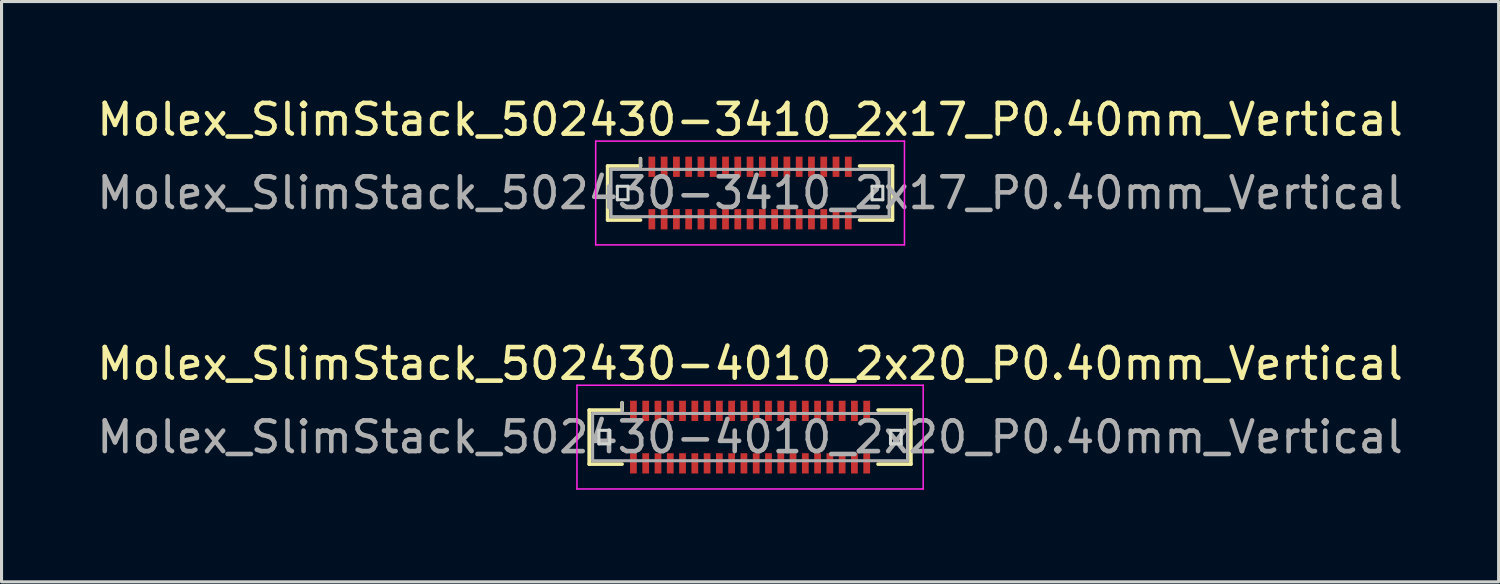
<source format=kicad_pcb>
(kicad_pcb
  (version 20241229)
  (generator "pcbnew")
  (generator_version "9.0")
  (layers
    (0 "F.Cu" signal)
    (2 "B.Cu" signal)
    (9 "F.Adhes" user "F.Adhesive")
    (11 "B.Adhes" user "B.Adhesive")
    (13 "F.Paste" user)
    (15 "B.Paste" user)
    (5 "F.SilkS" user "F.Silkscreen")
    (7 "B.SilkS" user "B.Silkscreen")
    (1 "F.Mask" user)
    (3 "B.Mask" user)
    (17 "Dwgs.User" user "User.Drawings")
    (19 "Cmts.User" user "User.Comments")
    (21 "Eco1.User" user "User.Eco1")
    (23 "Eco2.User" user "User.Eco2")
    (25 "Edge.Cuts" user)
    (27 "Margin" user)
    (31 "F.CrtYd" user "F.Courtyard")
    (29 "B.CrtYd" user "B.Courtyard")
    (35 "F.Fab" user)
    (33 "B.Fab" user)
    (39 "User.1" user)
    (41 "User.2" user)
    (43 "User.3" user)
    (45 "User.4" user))
  (footprint "Molex_SlimStack_502430-4010_2x20_P0.40mm_Vertical"
    (layer "F.Cu")
    (at 21.387 11.191)
    (property "Reference" "Molex_SlimStack_502430-4010_2x20_P0.40mm_Vertical" (at 0 -2.39 0) (layer "F.SilkS") (effects (font (size 1 1) (thickness 0.15))))
    (attr smd)
    (fp_line (start -5.24 -0.88) (end -4.17 -0.88) (stroke (width 0.12) (type solid)) (layer "F.SilkS"))
    (fp_line (start -5.24 0.88) (end -5.24 -0.88) (stroke (width 0.12) (type solid)) (layer "F.SilkS"))
    (fp_line (start -4.17 -0.88) (end -4.17 -1.12) (stroke (width 0.12) (type solid)) (layer "F.SilkS"))
    (fp_line (start -4.17 0.88) (end -5.24 0.88) (stroke (width 0.12) (type solid)) (layer "F.SilkS"))
    (fp_line (start 4.17 0.88) (end 5.24 0.88) (stroke (width 0.12) (type solid)) (layer "F.SilkS"))
    (fp_line (start 5.24 -0.88) (end 4.17 -0.88) (stroke (width 0.12) (type solid)) (layer "F.SilkS"))
    (fp_line (start 5.24 0.88) (end 5.24 -0.88) (stroke (width 0.12) (type solid)) (layer "F.SilkS"))
    (fp_line (start -4.925 -0.22) (end -4.925 0.22) (stroke (width 0.1) (type solid)) (layer "Edge.Cuts"))
    (fp_line (start -4.925 0.22) (end -4.575 0.22) (stroke (width 0.1) (type solid)) (layer "Edge.Cuts"))
    (fp_line (start -4.575 -0.22) (end -4.925 -0.22) (stroke (width 0.1) (type solid)) (layer "Edge.Cuts"))
    (fp_line (start -4.575 0.22) (end -4.575 -0.22) (stroke (width 0.1) (type solid)) (layer "Edge.Cuts"))
    (fp_line (start 4.575 -0.22) (end 4.575 0.22) (stroke (width 0.1) (type solid)) (layer "Edge.Cuts"))
    (fp_line (start 4.575 0.22) (end 4.925 0.22) (stroke (width 0.1) (type solid)) (layer "Edge.Cuts"))
    (fp_line (start 4.925 -0.22) (end 4.575 -0.22) (stroke (width 0.1) (type solid)) (layer "Edge.Cuts"))
    (fp_line (start 4.925 0.22) (end 4.925 -0.22) (stroke (width 0.1) (type solid)) (layer "Edge.Cuts"))
    (fp_line (start -5.64 -1.69) (end -5.64 1.69) (stroke (width 0.05) (type solid)) (layer "F.CrtYd"))
    (fp_line (start -5.64 1.69) (end 5.64 1.69) (stroke (width 0.05) (type solid)) (layer "F.CrtYd"))
    (fp_line (start 5.64 -1.69) (end -5.64 -1.69) (stroke (width 0.05) (type solid)) (layer "F.CrtYd"))
    (fp_line (start 5.64 1.69) (end 5.64 -1.69) (stroke (width 0.05) (type solid)) (layer "F.CrtYd"))
    (fp_line (start -5.13 -0.77) (end -5.13 0.77) (stroke (width 0.1) (type solid)) (layer "F.Fab"))
    (fp_line (start -5.13 0.77) (end 5.13 0.77) (stroke (width 0.1) (type solid)) (layer "F.Fab"))
    (fp_line (start -4.17 -0.77) (end -4.17 -1.12) (stroke (width 0.1) (type solid)) (layer "F.Fab"))
    (fp_line (start 5.13 -0.77) (end -5.13 -0.77) (stroke (width 0.1) (type solid)) (layer "F.Fab"))
    (fp_line (start 5.13 0.77) (end 5.13 -0.77) (stroke (width 0.1) (type solid)) (layer "F.Fab"))
    (fp_text user "${REFERENCE}" (at 0 0 0) (layer "F.Fab") (effects (font (size 1 1) (thickness 0.15))))
    (pad "1" smd rect (at -3.8 -0.855) (size 0.22 0.66) (layers "F.Cu" "F.Mask" "F.Paste"))
    (pad "2" smd rect (at -3.8 0.855) (size 0.22 0.66) (layers "F.Cu" "F.Mask" "F.Paste"))
    (pad "3" smd rect (at -3.4 -0.855) (size 0.22 0.66) (layers "F.Cu" "F.Mask" "F.Paste"))
    (pad "4" smd rect (at -3.4 0.855) (size 0.22 0.66) (layers "F.Cu" "F.Mask" "F.Paste"))
    (pad "5" smd rect (at -3 -0.855) (size 0.22 0.66) (layers "F.Cu" "F.Mask" "F.Paste"))
    (pad "6" smd rect (at -3 0.855) (size 0.22 0.66) (layers "F.Cu" "F.Mask" "F.Paste"))
    (pad "7" smd rect (at -2.6 -0.855) (size 0.22 0.66) (layers "F.Cu" "F.Mask" "F.Paste"))
    (pad "8" smd rect (at -2.6 0.855) (size 0.22 0.66) (layers "F.Cu" "F.Mask" "F.Paste"))
    (pad "9" smd rect (at -2.2 -0.855) (size 0.22 0.66) (layers "F.Cu" "F.Mask" "F.Paste"))
    (pad "10" smd rect (at -2.2 0.855) (size 0.22 0.66) (layers "F.Cu" "F.Mask" "F.Paste"))
    (pad "11" smd rect (at -1.8 -0.855) (size 0.22 0.66) (layers "F.Cu" "F.Mask" "F.Paste"))
    (pad "12" smd rect (at -1.8 0.855) (size 0.22 0.66) (layers "F.Cu" "F.Mask" "F.Paste"))
    (pad "13" smd rect (at -1.4 -0.855) (size 0.22 0.66) (layers "F.Cu" "F.Mask" "F.Paste"))
    (pad "14" smd rect (at -1.4 0.855) (size 0.22 0.66) (layers "F.Cu" "F.Mask" "F.Paste"))
    (pad "15" smd rect (at -1 -0.855) (size 0.22 0.66) (layers "F.Cu" "F.Mask" "F.Paste"))
    (pad "16" smd rect (at -1 0.855) (size 0.22 0.66) (layers "F.Cu" "F.Mask" "F.Paste"))
    (pad "17" smd rect (at -0.6 -0.855) (size 0.22 0.66) (layers "F.Cu" "F.Mask" "F.Paste"))
    (pad "18" smd rect (at -0.6 0.855) (size 0.22 0.66) (layers "F.Cu" "F.Mask" "F.Paste"))
    (pad "19" smd rect (at -0.2 -0.855) (size 0.22 0.66) (layers "F.Cu" "F.Mask" "F.Paste"))
    (pad "20" smd rect (at -0.2 0.855) (size 0.22 0.66) (layers "F.Cu" "F.Mask" "F.Paste"))
    (pad "21" smd rect (at 0.2 -0.855) (size 0.22 0.66) (layers "F.Cu" "F.Mask" "F.Paste"))
    (pad "22" smd rect (at 0.2 0.855) (size 0.22 0.66) (layers "F.Cu" "F.Mask" "F.Paste"))
    (pad "23" smd rect (at 0.6 -0.855) (size 0.22 0.66) (layers "F.Cu" "F.Mask" "F.Paste"))
    (pad "24" smd rect (at 0.6 0.855) (size 0.22 0.66) (layers "F.Cu" "F.Mask" "F.Paste"))
    (pad "25" smd rect (at 1 -0.855) (size 0.22 0.66) (layers "F.Cu" "F.Mask" "F.Paste"))
    (pad "26" smd rect (at 1 0.855) (size 0.22 0.66) (layers "F.Cu" "F.Mask" "F.Paste"))
    (pad "27" smd rect (at 1.4 -0.855) (size 0.22 0.66) (layers "F.Cu" "F.Mask" "F.Paste"))
    (pad "28" smd rect (at 1.4 0.855) (size 0.22 0.66) (layers "F.Cu" "F.Mask" "F.Paste"))
    (pad "29" smd rect (at 1.8 -0.855) (size 0.22 0.66) (layers "F.Cu" "F.Mask" "F.Paste"))
    (pad "30" smd rect (at 1.8 0.855) (size 0.22 0.66) (layers "F.Cu" "F.Mask" "F.Paste"))
    (pad "31" smd rect (at 2.2 -0.855) (size 0.22 0.66) (layers "F.Cu" "F.Mask" "F.Paste"))
    (pad "32" smd rect (at 2.2 0.855) (size 0.22 0.66) (layers "F.Cu" "F.Mask" "F.Paste"))
    (pad "33" smd rect (at 2.6 -0.855) (size 0.22 0.66) (layers "F.Cu" "F.Mask" "F.Paste"))
    (pad "34" smd rect (at 2.6 0.855) (size 0.22 0.66) (layers "F.Cu" "F.Mask" "F.Paste"))
    (pad "35" smd rect (at 3 -0.855) (size 0.22 0.66) (layers "F.Cu" "F.Mask" "F.Paste"))
    (pad "36" smd rect (at 3 0.855) (size 0.22 0.66) (layers "F.Cu" "F.Mask" "F.Paste"))
    (pad "37" smd rect (at 3.4 -0.855) (size 0.22 0.66) (layers "F.Cu" "F.Mask" "F.Paste"))
    (pad "38" smd rect (at 3.4 0.855) (size 0.22 0.66) (layers "F.Cu" "F.Mask" "F.Paste"))
    (pad "39" smd rect (at 3.8 -0.855) (size 0.22 0.66) (layers "F.Cu" "F.Mask" "F.Paste"))
    (pad "40" smd rect (at 3.8 0.855) (size 0.22 0.66) (layers "F.Cu" "F.Mask" "F.Paste")))
  (footprint "Molex_SlimStack_502430-3410_2x17_P0.40mm_Vertical"
    (layer "F.Cu")
    (at 21.387 3.238)
    (property "Reference" "Molex_SlimStack_502430-3410_2x17_P0.40mm_Vertical" (at 0 -2.39 0) (layer "F.SilkS") (effects (font (size 1 1) (thickness 0.15))))
    (attr smd)
    (fp_line (start -4.64 -0.88) (end -3.57 -0.88) (stroke (width 0.12) (type solid)) (layer "F.SilkS"))
    (fp_line (start -4.64 0.88) (end -4.64 -0.88) (stroke (width 0.12) (type solid)) (layer "F.SilkS"))
    (fp_line (start -3.57 -0.88) (end -3.57 -1.12) (stroke (width 0.12) (type solid)) (layer "F.SilkS"))
    (fp_line (start -3.57 0.88) (end -4.64 0.88) (stroke (width 0.12) (type solid)) (layer "F.SilkS"))
    (fp_line (start 3.57 0.88) (end 4.64 0.88) (stroke (width 0.12) (type solid)) (layer "F.SilkS"))
    (fp_line (start 4.64 -0.88) (end 3.57 -0.88) (stroke (width 0.12) (type solid)) (layer "F.SilkS"))
    (fp_line (start 4.64 0.88) (end 4.64 -0.88) (stroke (width 0.12) (type solid)) (layer "F.SilkS"))
    (fp_line (start -4.325 -0.22) (end -4.325 0.22) (stroke (width 0.1) (type solid)) (layer "Edge.Cuts"))
    (fp_line (start -4.325 0.22) (end -3.975 0.22) (stroke (width 0.1) (type solid)) (layer "Edge.Cuts"))
    (fp_line (start -3.975 -0.22) (end -4.325 -0.22) (stroke (width 0.1) (type solid)) (layer "Edge.Cuts"))
    (fp_line (start -3.975 0.22) (end -3.975 -0.22) (stroke (width 0.1) (type solid)) (layer "Edge.Cuts"))
    (fp_line (start 3.975 -0.22) (end 3.975 0.22) (stroke (width 0.1) (type solid)) (layer "Edge.Cuts"))
    (fp_line (start 3.975 0.22) (end 4.325 0.22) (stroke (width 0.1) (type solid)) (layer "Edge.Cuts"))
    (fp_line (start 4.325 -0.22) (end 3.975 -0.22) (stroke (width 0.1) (type solid)) (layer "Edge.Cuts"))
    (fp_line (start 4.325 0.22) (end 4.325 -0.22) (stroke (width 0.1) (type solid)) (layer "Edge.Cuts"))
    (fp_line (start -5.03 -1.69) (end -5.03 1.69) (stroke (width 0.05) (type solid)) (layer "F.CrtYd"))
    (fp_line (start -5.03 1.69) (end 5.03 1.69) (stroke (width 0.05) (type solid)) (layer "F.CrtYd"))
    (fp_line (start 5.03 -1.69) (end -5.03 -1.69) (stroke (width 0.05) (type solid)) (layer "F.CrtYd"))
    (fp_line (start 5.03 1.69) (end 5.03 -1.69) (stroke (width 0.05) (type solid)) (layer "F.CrtYd"))
    (fp_line (start -4.53 -0.77) (end -4.53 0.77) (stroke (width 0.1) (type solid)) (layer "F.Fab"))
    (fp_line (start -4.53 0.77) (end 4.53 0.77) (stroke (width 0.1) (type solid)) (layer "F.Fab"))
    (fp_line (start -3.57 -0.77) (end -3.57 -1.12) (stroke (width 0.1) (type solid)) (layer "F.Fab"))
    (fp_line (start 4.53 -0.77) (end -4.53 -0.77) (stroke (width 0.1) (type solid)) (layer "F.Fab"))
    (fp_line (start 4.53 0.77) (end 4.53 -0.77) (stroke (width 0.1) (type solid)) (layer "F.Fab"))
    (fp_text user "${REFERENCE}" (at 0 0 0) (layer "F.Fab") (effects (font (size 1 1) (thickness 0.15))))
    (pad "1" smd rect (at -3.2 -0.855) (size 0.22 0.66) (layers "F.Cu" "F.Mask" "F.Paste"))
    (pad "2" smd rect (at -3.2 0.855) (size 0.22 0.66) (layers "F.Cu" "F.Mask" "F.Paste"))
    (pad "3" smd rect (at -2.8 -0.855) (size 0.22 0.66) (layers "F.Cu" "F.Mask" "F.Paste"))
    (pad "4" smd rect (at -2.8 0.855) (size 0.22 0.66) (layers "F.Cu" "F.Mask" "F.Paste"))
    (pad "5" smd rect (at -2.4 -0.855) (size 0.22 0.66) (layers "F.Cu" "F.Mask" "F.Paste"))
    (pad "6" smd rect (at -2.4 0.855) (size 0.22 0.66) (layers "F.Cu" "F.Mask" "F.Paste"))
    (pad "7" smd rect (at -2 -0.855) (size 0.22 0.66) (layers "F.Cu" "F.Mask" "F.Paste"))
    (pad "8" smd rect (at -2 0.855) (size 0.22 0.66) (layers "F.Cu" "F.Mask" "F.Paste"))
    (pad "9" smd rect (at -1.6 -0.855) (size 0.22 0.66) (layers "F.Cu" "F.Mask" "F.Paste"))
    (pad "10" smd rect (at -1.6 0.855) (size 0.22 0.66) (layers "F.Cu" "F.Mask" "F.Paste"))
    (pad "11" smd rect (at -1.2 -0.855) (size 0.22 0.66) (layers "F.Cu" "F.Mask" "F.Paste"))
    (pad "12" smd rect (at -1.2 0.855) (size 0.22 0.66) (layers "F.Cu" "F.Mask" "F.Paste"))
    (pad "13" smd rect (at -0.8 -0.855) (size 0.22 0.66) (layers "F.Cu" "F.Mask" "F.Paste"))
    (pad "14" smd rect (at -0.8 0.855) (size 0.22 0.66) (layers "F.Cu" "F.Mask" "F.Paste"))
    (pad "15" smd rect (at -0.4 -0.855) (size 0.22 0.66) (layers "F.Cu" "F.Mask" "F.Paste"))
    (pad "16" smd rect (at -0.4 0.855) (size 0.22 0.66) (layers "F.Cu" "F.Mask" "F.Paste"))
    (pad "17" smd rect (at 0 -0.855) (size 0.22 0.66) (layers "F.Cu" "F.Mask" "F.Paste"))
    (pad "18" smd rect (at 0 0.855) (size 0.22 0.66) (layers "F.Cu" "F.Mask" "F.Paste"))
    (pad "19" smd rect (at 0.4 -0.855) (size 0.22 0.66) (layers "F.Cu" "F.Mask" "F.Paste"))
    (pad "20" smd rect (at 0.4 0.855) (size 0.22 0.66) (layers "F.Cu" "F.Mask" "F.Paste"))
    (pad "21" smd rect (at 0.8 -0.855) (size 0.22 0.66) (layers "F.Cu" "F.Mask" "F.Paste"))
    (pad "22" smd rect (at 0.8 0.855) (size 0.22 0.66) (layers "F.Cu" "F.Mask" "F.Paste"))
    (pad "23" smd rect (at 1.2 -0.855) (size 0.22 0.66) (layers "F.Cu" "F.Mask" "F.Paste"))
    (pad "24" smd rect (at 1.2 0.855) (size 0.22 0.66) (layers "F.Cu" "F.Mask" "F.Paste"))
    (pad "25" smd rect (at 1.6 -0.855) (size 0.22 0.66) (layers "F.Cu" "F.Mask" "F.Paste"))
    (pad "26" smd rect (at 1.6 0.855) (size 0.22 0.66) (layers "F.Cu" "F.Mask" "F.Paste"))
    (pad "27" smd rect (at 2 -0.855) (size 0.22 0.66) (layers "F.Cu" "F.Mask" "F.Paste"))
    (pad "28" smd rect (at 2 0.855) (size 0.22 0.66) (layers "F.Cu" "F.Mask" "F.Paste"))
    (pad "29" smd rect (at 2.4 -0.855) (size 0.22 0.66) (layers "F.Cu" "F.Mask" "F.Paste"))
    (pad "30" smd rect (at 2.4 0.855) (size 0.22 0.66) (layers "F.Cu" "F.Mask" "F.Paste"))
    (pad "31" smd rect (at 2.8 -0.855) (size 0.22 0.66) (layers "F.Cu" "F.Mask" "F.Paste"))
    (pad "32" smd rect (at 2.8 0.855) (size 0.22 0.66) (layers "F.Cu" "F.Mask" "F.Paste"))
    (pad "33" smd rect (at 3.2 -0.855) (size 0.22 0.66) (layers "F.Cu" "F.Mask" "F.Paste"))
    (pad "34" smd rect (at 3.2 0.855) (size 0.22 0.66) (layers "F.Cu" "F.Mask" "F.Paste")))
  (gr_rect
    (start -3 -3)
    (end 45.774 15.906)
    (stroke (width 0.1) (type default))
    (fill no)
    (layer "Edge.Cuts")))
</source>
